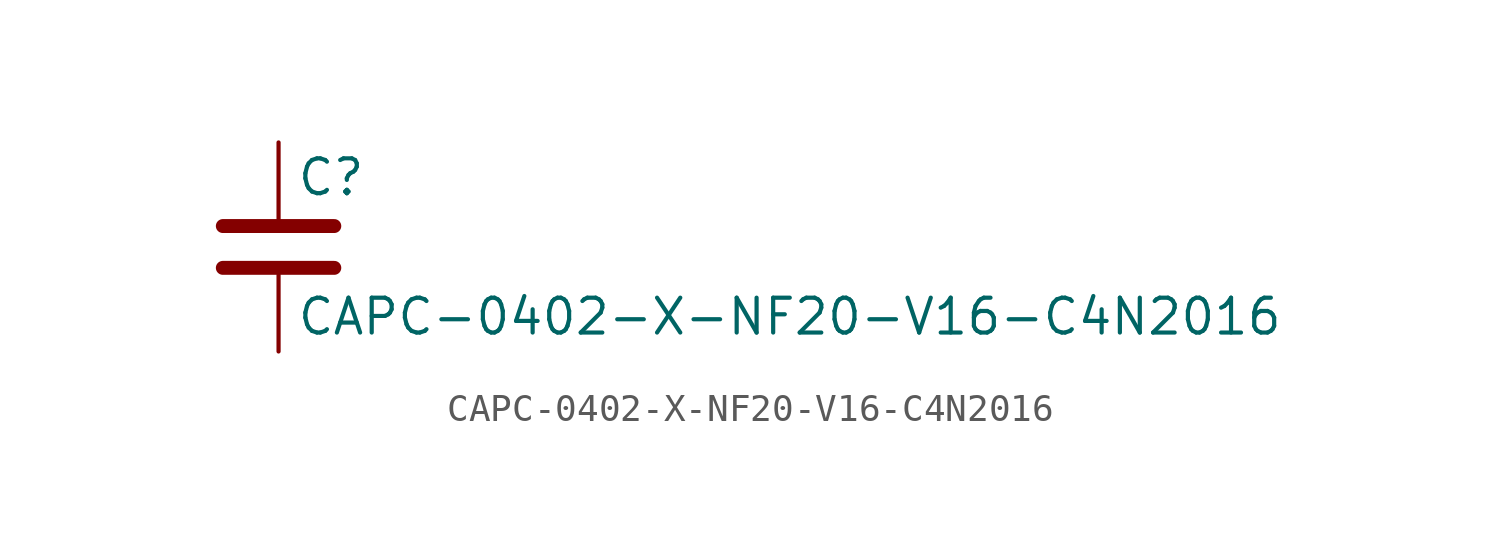
<source format=kicad_sym>
(kicad_symbol_lib
  (version 20211014)
  (generator kicad_symbol_editor)
  (symbol "CAPC-0402-X-NF20-V16-C4N2016"
    (pin_numbers hide)
    (pin_names
      (offset 0.254))
    (property "Reference" "C"
      (at 0.635 2.54 0)
      (effects (font (size 1.27 1.27)) (justify left)))
    (property "Value" "CAPC-0402-X-NF20-V16-C4N2016"
      (at 0.635 -2.54 0)
      (effects (font (size 1.27 1.27)) (justify left)))
    (symbol "CAPC-0402-X-NF20-V16-C4N2016_0_1"
      (polyline (pts (xy -2.032 -0.762) (xy 2.032 -0.762)) (stroke (width 0.508) (type default) (color 0 0 0 0)) (fill (type none)))
      (polyline (pts (xy -2.032 0.762) (xy 2.032 0.762)) (stroke (width 0.508) (type default) (color 0 0 0 0)) (fill (type none))))
    (symbol "CAPC-0402-X-NF20-V16-C4N2016_1_1"
      (pin passive line (at 0 3.81 270) (length 2.794) (name "~" (effects (font (size 1.27 1.27)))) (number "1" (effects (font (size 1.27 1.27)))))
      (pin passive line (at 0 -3.81 90) (length 2.794) (name "~" (effects (font (size 1.27 1.27)))) (number "2" (effects (font (size 1.27 1.27))))))))
</source>
